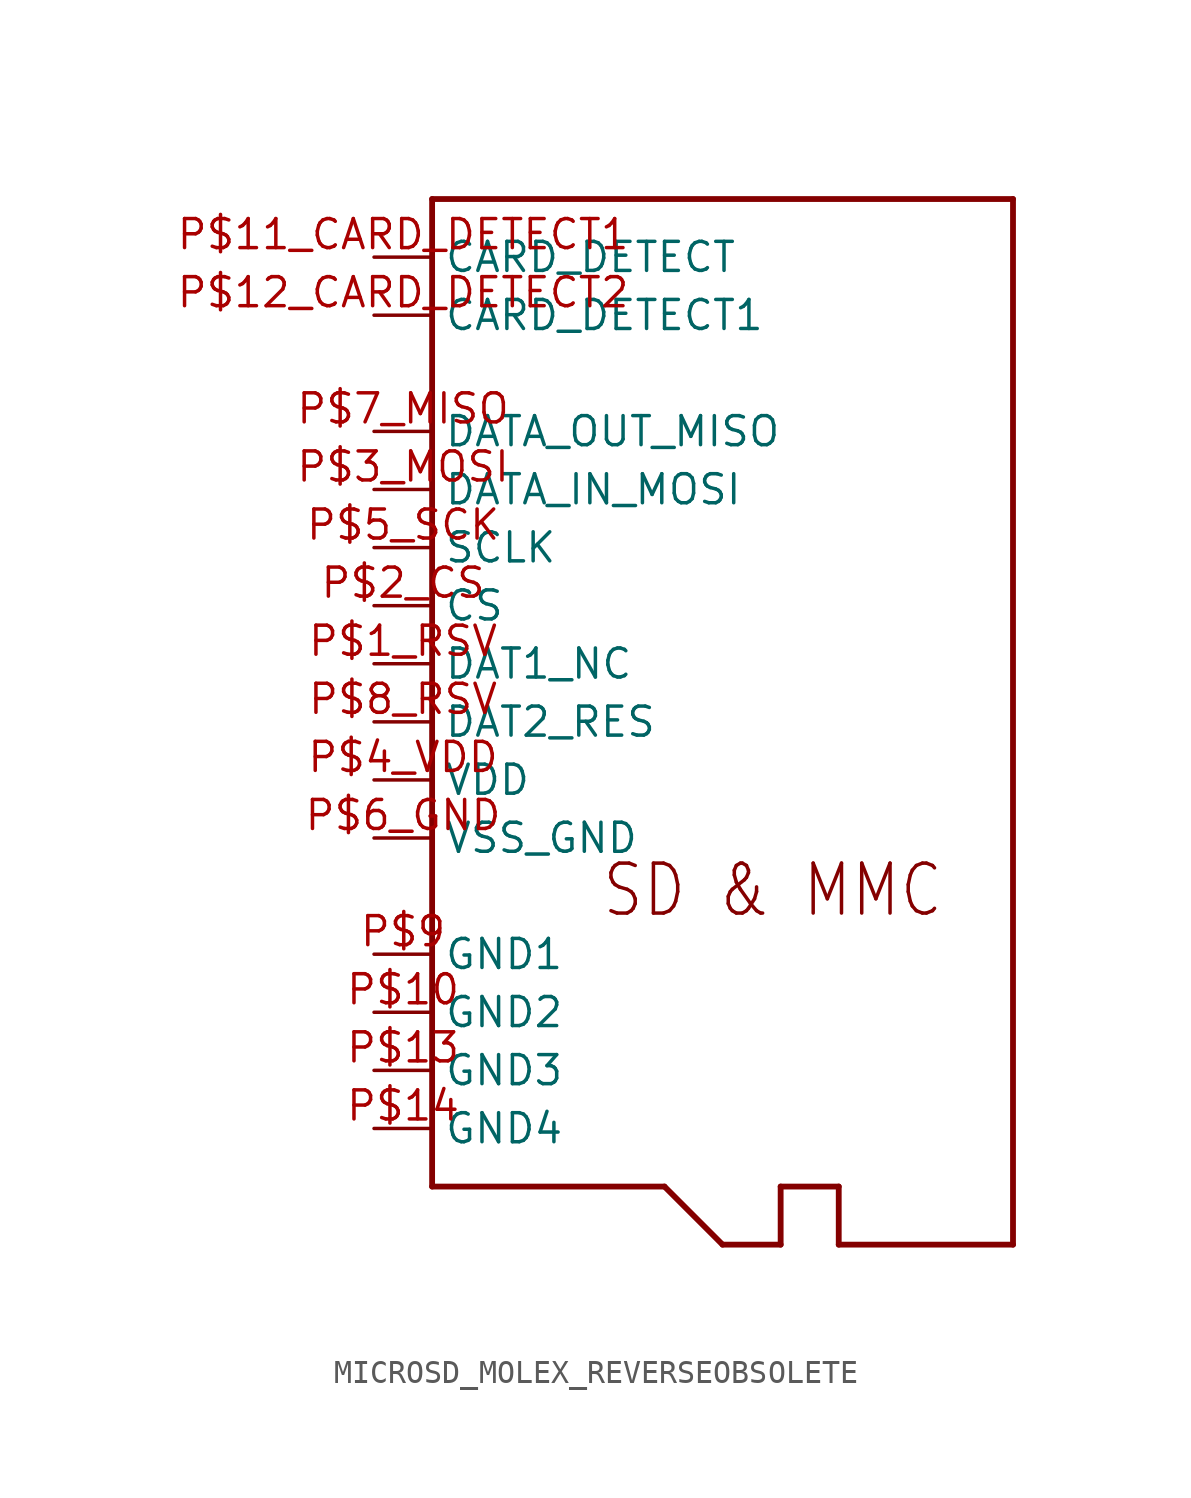
<source format=kicad_sym>
(kicad_symbol_lib
  (version 20211014)
  (generator kicad_symbol_editor)
  (symbol "MICROSD_MOLEX_REVERSEOBSOLETE"
    (property "Reference" ""
      (at 0 0 0)
      (effects (font (size 1.27 1.27)) hide))
    (property "ki_locked" ""
      (at 0 0 0)
      (effects (font (size 1.27 1.27))))
    (symbol "MICROSD_MOLEX_REVERSEOBSOLETE_1_0"
      (polyline (pts (xy -12.7 -20.32) (xy -2.54 -20.32)) (stroke (width 0.254) (type default) (color 0 0 0 0)) (fill (type none)))
      (polyline (pts (xy -12.7 22.86) (xy -12.7 -20.32)) (stroke (width 0.254) (type default) (color 0 0 0 0)) (fill (type none)))
      (polyline (pts (xy -2.54 -20.32) (xy 0 -22.86)) (stroke (width 0.254) (type default) (color 0 0 0 0)) (fill (type none)))
      (polyline (pts (xy 0 -22.86) (xy 2.54 -22.86)) (stroke (width 0.254) (type default) (color 0 0 0 0)) (fill (type none)))
      (polyline (pts (xy 2.54 -22.86) (xy 2.54 -20.32)) (stroke (width 0.254) (type default) (color 0 0 0 0)) (fill (type none)))
      (polyline (pts (xy 2.54 -20.32) (xy 5.08 -20.32)) (stroke (width 0.254) (type default) (color 0 0 0 0)) (fill (type none)))
      (polyline (pts (xy 5.08 -22.86) (xy 12.7 -22.86)) (stroke (width 0.254) (type default) (color 0 0 0 0)) (fill (type none)))
      (polyline (pts (xy 5.08 -20.32) (xy 5.08 -22.86)) (stroke (width 0.254) (type default) (color 0 0 0 0)) (fill (type none)))
      (polyline (pts (xy 12.7 -22.86) (xy 12.7 22.86)) (stroke (width 0.254) (type default) (color 0 0 0 0)) (fill (type none)))
      (polyline (pts (xy 12.7 22.86) (xy -12.7 22.86)) (stroke (width 0.254) (type default) (color 0 0 0 0)) (fill (type none)))
      (text "SD & MMC" (at -5.334 -8.636 0) (effects (font (size 2.184 1.857)) (justify left bottom)))
      (pin power_in line (at -15.24 -12.7 0) (length 2.54) (name "GND2" (effects (font (size 1.27 1.27)))) (number "P$10" (effects (font (size 1.27 1.27)))))
      (pin passive line (at -15.24 20.32 0) (length 2.54) (name "CARD_DETECT" (effects (font (size 1.27 1.27)))) (number "P$11_CARD_DETECT1" (effects (font (size 1.27 1.27)))))
      (pin passive line (at -15.24 17.78 0) (length 2.54) (name "CARD_DETECT1" (effects (font (size 1.27 1.27)))) (number "P$12_CARD_DETECT2" (effects (font (size 1.27 1.27)))))
      (pin power_in line (at -15.24 -15.24 0) (length 2.54) (name "GND3" (effects (font (size 1.27 1.27)))) (number "P$13" (effects (font (size 1.27 1.27)))))
      (pin power_in line (at -15.24 -17.78 0) (length 2.54) (name "GND4" (effects (font (size 1.27 1.27)))) (number "P$14" (effects (font (size 1.27 1.27)))))
      (pin bidirectional line (at -15.24 2.54 0) (length 2.54) (name "DAT1_NC" (effects (font (size 1.27 1.27)))) (number "P$1_RSV" (effects (font (size 1.27 1.27)))))
      (pin input line (at -15.24 5.08 0) (length 2.54) (name "CS" (effects (font (size 1.27 1.27)))) (number "P$2_CS" (effects (font (size 1.27 1.27)))))
      (pin input line (at -15.24 10.16 0) (length 2.54) (name "DATA_IN_MOSI" (effects (font (size 1.27 1.27)))) (number "P$3_MOSI" (effects (font (size 1.27 1.27)))))
      (pin power_in line (at -15.24 -2.54 0) (length 2.54) (name "VDD" (effects (font (size 1.27 1.27)))) (number "P$4_VDD" (effects (font (size 1.27 1.27)))))
      (pin input line (at -15.24 7.62 0) (length 2.54) (name "SCLK" (effects (font (size 1.27 1.27)))) (number "P$5_SCK" (effects (font (size 1.27 1.27)))))
      (pin power_in line (at -15.24 -5.08 0) (length 2.54) (name "VSS_GND" (effects (font (size 1.27 1.27)))) (number "P$6_GND" (effects (font (size 1.27 1.27)))))
      (pin output line (at -15.24 12.7 0) (length 2.54) (name "DATA_OUT_MISO" (effects (font (size 1.27 1.27)))) (number "P$7_MISO" (effects (font (size 1.27 1.27)))))
      (pin bidirectional line (at -15.24 0 0) (length 2.54) (name "DAT2_RES" (effects (font (size 1.27 1.27)))) (number "P$8_RSV" (effects (font (size 1.27 1.27)))))
      (pin power_in line (at -15.24 -10.16 0) (length 2.54) (name "GND1" (effects (font (size 1.27 1.27)))) (number "P$9" (effects (font (size 1.27 1.27))))))))
</source>
